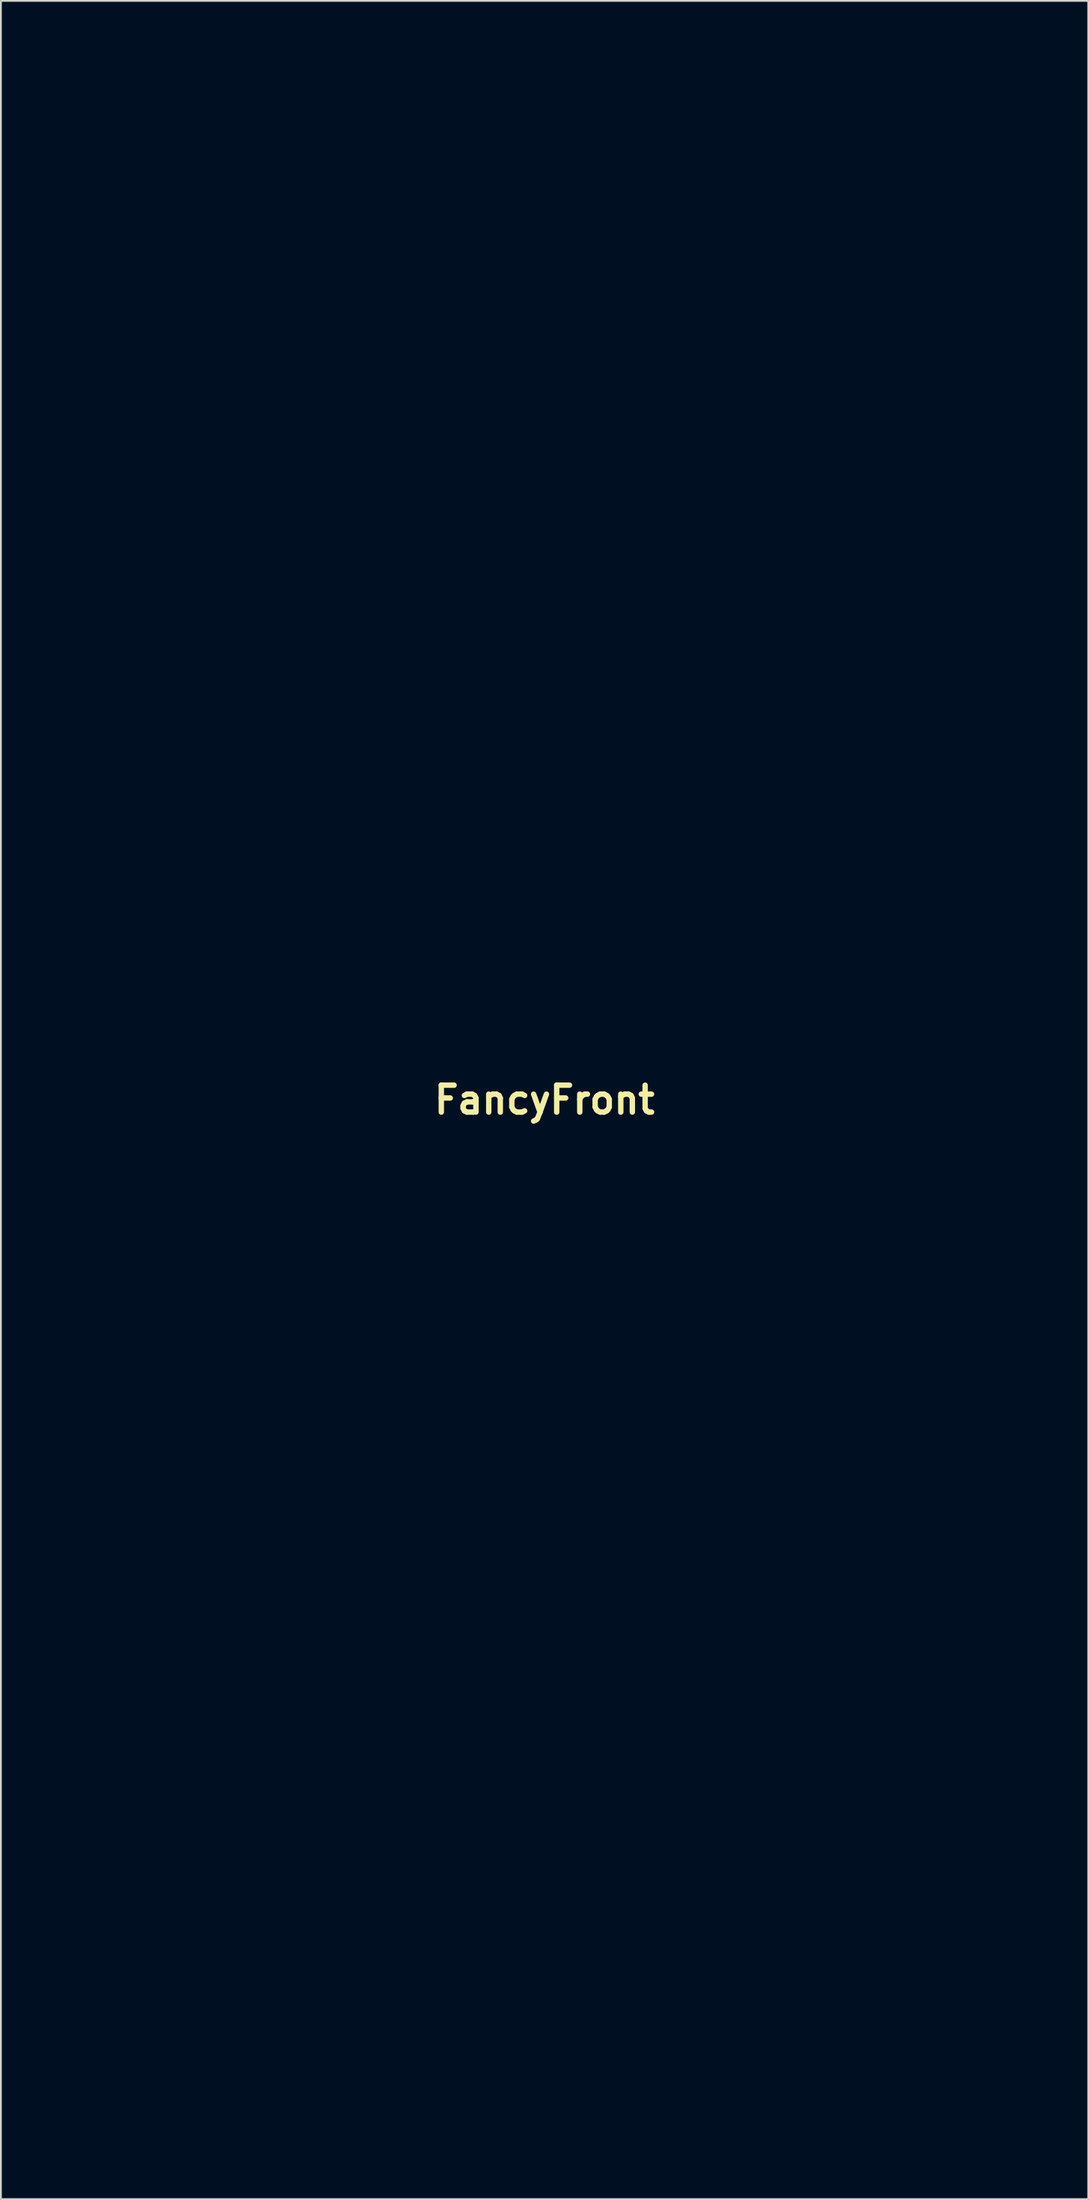
<source format=kicad_pcb>
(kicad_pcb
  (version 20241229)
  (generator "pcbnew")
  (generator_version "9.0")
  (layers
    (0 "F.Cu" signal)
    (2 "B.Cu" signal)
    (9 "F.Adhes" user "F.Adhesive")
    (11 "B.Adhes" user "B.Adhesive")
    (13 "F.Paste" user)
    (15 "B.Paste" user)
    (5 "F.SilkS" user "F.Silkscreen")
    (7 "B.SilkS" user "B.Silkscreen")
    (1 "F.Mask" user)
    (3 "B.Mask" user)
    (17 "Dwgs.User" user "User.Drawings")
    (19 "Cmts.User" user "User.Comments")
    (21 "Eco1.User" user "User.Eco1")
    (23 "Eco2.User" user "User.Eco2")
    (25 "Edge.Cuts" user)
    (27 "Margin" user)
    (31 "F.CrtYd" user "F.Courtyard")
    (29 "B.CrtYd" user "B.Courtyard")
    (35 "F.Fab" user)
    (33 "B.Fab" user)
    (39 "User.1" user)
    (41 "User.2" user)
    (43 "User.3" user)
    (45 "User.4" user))
  (footprint "FancyFront"
    (layer "F.Cu")
    (at 27.291 58.231)
    (property "Reference" "FancyFront" (at 0 0 0) (layer "F.SilkS") (effects (font (size 1.5 1.5) (thickness 0.3))))
    (attr board_only exclude_from_pos_files exclude_from_bom)
    (fp_poly (pts (xy -23.914 32.628) (xy -23.981 32.696) (xy -24.049 32.628) (xy -23.981 32.561)) (stroke (width 0) (type solid)) (fill yes) (layer "F.Mask"))
    (fp_poly (pts (xy -4.459 6.553) (xy -4.526 6.62) (xy -4.594 6.553) (xy -4.526 6.485)) (stroke (width 0) (type solid)) (fill yes) (layer "F.Mask"))
    (fp_poly (pts (xy 9.187 -55.056) (xy 9.12 -54.988) (xy 9.052 -55.056) (xy 9.12 -55.123)) (stroke (width 0) (type solid)) (fill yes) (layer "F.Mask"))
    (fp_poly (pts (xy -3.958 3.075) (xy -3.936 3.427) (xy -3.96 3.616) (xy -3.997 3.647) (xy -4.017 3.453) (xy -4.019 3.31) (xy -4.006 3.048) (xy -3.975 3.009)) (stroke (width 0) (type solid)) (fill yes) (layer "F.Mask"))
    (fp_poly (pts (xy -3.956 -0.505) (xy -3.934 -0.105) (xy -3.958 0.171) (xy -3.99 0.225) (xy -4.01 0.048) (xy -4.015 -0.203) (xy -4.004 -0.509) (xy -3.98 -0.599)) (stroke (width 0) (type solid)) (fill yes) (layer "F.Mask"))
    (fp_poly (pts (xy 4.785 6.295) (xy 5.096 6.426) (xy 5.172 6.472) (xy 5.402 6.651) (xy 5.405 6.733) (xy 5.209 6.709) (xy 4.841 6.574) (xy 4.812 6.561) (xy 4.566 6.411) (xy 4.573 6.295) (xy 4.579 6.291)) (stroke (width 0) (type solid)) (fill yes) (layer "F.Mask"))
    (fp_poly (pts (xy -3.676 6.066) (xy -3.618 6.096) (xy -3.426 6.228) (xy -3.472 6.309) (xy -3.513 6.323) (xy -3.812 6.441) (xy -3.944 6.504) (xy -4.181 6.543) (xy -4.256 6.484) (xy -4.241 6.293) (xy -4.133 6.14) (xy -3.924 6.006)) (stroke (width 0) (type solid)) (fill yes) (layer "F.Mask"))
    (fp_poly (pts (xy -3.04 -4.027) (xy -2.851 -3.975) (xy -2.837 -3.949) (xy -2.96 -3.66) (xy -3.282 -3.404) (xy -3.702 -3.246) (xy -4.022 -3.189) (xy -4.113 -3.219) (xy -4.07 -3.28) (xy -3.944 -3.533) (xy -3.918 -3.716) (xy -3.872 -3.905) (xy -3.686 -3.998) (xy -3.378 -4.032)) (stroke (width 0) (type solid)) (fill yes) (layer "F.Mask"))
    (fp_poly (pts (xy -0.933 0.236) (xy -0.686 0.384) (xy -0.574 0.405) (xy -0.376 0.494) (xy -0.08 0.717) (xy 0.08 0.864) (xy 0.552 1.322) (xy 0.091 1.607) (xy -0.344 1.834) (xy -0.628 1.864) (xy -0.798 1.69) (xy -0.869 1.452) (xy -0.992 0.822) (xy -1.052 0.423) (xy -1.052 0.223) (xy -0.994 0.191)) (stroke (width 0) (type solid)) (fill yes) (layer "F.Mask"))
    (fp_poly (pts (xy -12.827 -2.338) (xy -12.766 -2.177) (xy -12.697 -1.859) (xy -12.632 -1.468) (xy -12.583 -1.088) (xy -12.562 -0.802) (xy -12.582 -0.694) (xy -12.583 -0.695) (xy -12.732 -0.745) (xy -13.032 -0.844) (xy -13.082 -0.861) (xy -13.382 -0.988) (xy -13.481 -1.152) (xy -13.457 -1.381) (xy -13.344 -1.738) (xy -13.173 -2.066) (xy -12.992 -2.294) (xy -12.847 -2.352)) (stroke (width 0) (type solid)) (fill yes) (layer "F.Mask"))
    (fp_poly (pts (xy 24.222 25.839) (xy 24.558 25.89) (xy 24.841 25.955) (xy 25.007 26.016) (xy 24.992 26.059) (xy 24.935 26.066) (xy 24.926 26.137) (xy 25.056 26.257) (xy 25.228 26.523) (xy 25.204 26.852) (xy 25.011 27.152) (xy 24.779 27.296) (xy 24.385 27.376) (xy 23.825 27.404) (xy 23.196 27.377) (xy 22.81 27.331) (xy 22.485 27.179) (xy 22.307 26.87) (xy 22.24 26.438) (xy 22.39 26.125) (xy 22.767 25.923) (xy 23.38 25.825) (xy 23.897 25.815)) (stroke (width 0) (type solid)) (fill yes) (layer "F.Mask"))
    (fp_poly (pts (xy 23.971 16.865) (xy 24.24 16.897) (xy 24.622 16.976) (xy 24.868 17.037) (xy 24.916 17.057) (xy 24.982 17.186) (xy 25.101 17.4) (xy 25.204 17.677) (xy 25.194 17.84) (xy 25.027 17.9) (xy 24.661 17.942) (xy 24.167 17.964) (xy 23.613 17.967) (xy 23.072 17.953) (xy 22.612 17.92) (xy 22.305 17.869) (xy 22.22 17.826) (xy 22.231 17.627) (xy 22.347 17.443) (xy 22.487 17.234) (xy 22.49 17.131) (xy 22.519 17.039) (xy 22.75 16.957) (xy 23.115 16.894) (xy 23.544 16.861)) (stroke (width 0) (type solid)) (fill yes) (layer "F.Mask"))
    (fp_poly (pts (xy 24.182 19.601) (xy 24.902 19.617) (xy 25.378 19.644) (xy 25.62 19.682) (xy 25.643 19.732) (xy 25.636 19.736) (xy 25.514 19.856) (xy 25.441 20.078) (xy 25.407 20.46) (xy 25.4 20.948) (xy 25.4 22.022) (xy 23.379 22.022) (xy 21.357 22.022) (xy 21.203 21.449) (xy 21.036 20.943) (xy 20.826 20.443) (xy 20.792 20.373) (xy 20.631 20.026) (xy 20.542 19.774) (xy 20.536 19.731) (xy 20.67 19.676) (xy 21.071 19.635) (xy 21.733 19.608) (xy 22.654 19.595) (xy 23.205 19.595)) (stroke (width 0) (type solid)) (fill yes) (layer "F.Mask"))
    (fp_poly (pts (xy 3.338 17.183) (xy 4.64 17.643) (xy 5.929 18.338) (xy 7.161 19.233) (xy 8.295 20.294) (xy 9.287 21.487) (xy 9.9 22.428) (xy 10.519 23.633) (xy 10.952 24.824) (xy 11.219 26.075) (xy 11.338 27.462) (xy 11.349 28.102) (xy 11.276 29.644) (xy 11.047 31.016) (xy 10.648 32.275) (xy 10.063 33.482) (xy 9.984 33.62) (xy 9.7 34.113) (xy 9.477 34.516) (xy 9.345 34.776) (xy 9.322 34.839) (xy 9.232 34.964) (xy 8.984 35.238) (xy 8.618 35.62) (xy 8.169 36.073) (xy 8.14 36.101) (xy 6.792 37.272) (xy 5.365 38.187) (xy 3.847 38.856) (xy 3.062 39.098) (xy 2.452 39.249) (xy 1.921 39.35) (xy 1.385 39.409) (xy 0.756 39.435) (xy -0.05 39.437) (xy -0.113 39.436) (xy -0.943 39.422) (xy -1.586 39.386) (xy -2.126 39.32) (xy -2.646 39.212) (xy -3.191 39.065) (xy -4.784 38.468) (xy -6.26 37.646) (xy -7.593 36.624) (xy -8.761 35.424) (xy -9.74 34.07) (xy -10.507 32.586) (xy -10.995 31.164) (xy -11.287 29.61) (xy -11.373 27.972) (xy -11.254 26.341) (xy -10.995 25.04) (xy -10.445 23.473) (xy -10.027 22.698) (xy -5.134 22.698) (xy -5.134 28.033) (xy -5.134 33.368) (xy -0.169 33.405) (xy 0.964 33.414) (xy 2.012 33.425) (xy 2.944 33.435) (xy 3.729 33.446) (xy 4.336 33.456) (xy 4.736 33.466) (xy 4.897 33.474) (xy 4.898 33.474) (xy 4.92 33.351) (xy 4.94 32.986) (xy 4.958 32.408) (xy 4.974 31.644) (xy 4.986 30.724) (xy 4.995 29.675) (xy 4.999 28.527) (xy 4.999 28.102) (xy 4.999 22.698) (xy -0.068 22.698) (xy -5.134 22.698) (xy -10.027 22.698) (xy -9.652 22.003) (xy -8.608 20.617) (xy -7.999 19.962) (xy -7.544 19.509) (xy -7.156 19.137) (xy -6.874 18.881) (xy -6.74 18.78) (xy -6.737 18.78) (xy -6.589 18.715) (xy -6.263 18.542) (xy -5.815 18.289) (xy -5.5 18.105) (xy -4.87 17.768) (xy -4.213 17.469) (xy -3.637 17.258) (xy -3.494 17.218) (xy -3.011 17.097) (xy -2.608 16.994) (xy -2.398 16.938) (xy -2.305 16.931) (xy -2.24 16.999) (xy -2.198 17.182) (xy -2.174 17.519) (xy -2.164 18.049) (xy -2.162 18.771) (xy -2.162 20.671) (xy 0.068 20.671) (xy 2.297 20.671) (xy 2.297 18.794) (xy 2.297 16.916)) (stroke (width 0) (type solid)) (fill yes) (layer "F.Mask"))
    (fp_poly (pts (xy 0.313 7.704) (xy 0.948 7.729) (xy 1.517 7.769) (xy 1.964 7.822) (xy 2.233 7.887) (xy 2.242 7.891) (xy 2.606 8.018) (xy 3.097 8.13) (xy 3.378 8.174) (xy 4.516 8.38) (xy 5.791 8.721) (xy 7.122 9.166) (xy 8.432 9.688) (xy 9.639 10.258) (xy 10.446 10.71) (xy 12.489 12.105) (xy 14.315 13.661) (xy 15.923 15.376) (xy 17.312 17.248) (xy 18.481 19.277) (xy 19.429 21.462) (xy 19.634 22.041) (xy 19.949 23.102) (xy 20.223 24.285) (xy 20.449 25.531) (xy 20.618 26.78) (xy 20.724 27.972) (xy 20.759 29.047) (xy 20.714 29.947) (xy 20.681 30.196) (xy 20.574 30.851) (xy 20.458 31.559) (xy 20.382 32.02) (xy 19.872 34.294) (xy 19.113 36.466) (xy 18.109 38.529) (xy 16.862 40.476) (xy 15.376 42.301) (xy 14.606 43.105) (xy 13.085 44.502) (xy 11.543 45.677) (xy 9.912 46.674) (xy 8.124 47.537) (xy 7.161 47.928) (xy 5.356 48.502) (xy 3.406 48.904) (xy 1.38 49.129) (xy -0.652 49.169) (xy -2.622 49.019) (xy -3.378 48.904) (xy -5.487 48.438) (xy -7.44 47.802) (xy -9.282 46.974) (xy -11.06 45.933) (xy -12.819 44.657) (xy -13.578 44.032) (xy -14.077 43.589) (xy -14.599 43.097) (xy -15.105 42.594) (xy -15.557 42.12) (xy -15.917 41.716) (xy -16.148 41.421) (xy -16.213 41.287) (xy -16.288 41.149) (xy -16.486 40.857) (xy -16.766 40.472) (xy -16.796 40.432) (xy -17.937 38.696) (xy -18.896 36.786) (xy -19.659 34.742) (xy -20.208 32.604) (xy -20.402 31.48) (xy -20.488 30.989) (xy -20.581 30.616) (xy -20.665 30.43) (xy -20.677 30.421) (xy -20.739 30.272) (xy -20.782 29.911) (xy -20.807 29.398) (xy -20.815 28.792) (xy -20.806 28.151) (xy -20.804 28.102) (xy -17.941 28.102) (xy -17.936 29.155) (xy -17.896 30.134) (xy -17.821 30.97) (xy -17.776 31.281) (xy -17.602 32.177) (xy -17.389 33.072) (xy -17.161 33.884) (xy -16.937 34.53) (xy -16.886 34.655) (xy -16.045 36.432) (xy -15.16 37.988) (xy -14.194 39.375) (xy -13.108 40.641) (xy -11.868 41.837) (xy -11.146 42.45) (xy -9.827 43.397) (xy -8.314 44.255) (xy -6.68 44.991) (xy -4.995 45.572) (xy -3.513 45.933) (xy -2.433 46.087) (xy -1.189 46.176) (xy 0.127 46.201) (xy 1.426 46.16) (xy 2.614 46.055) (xy 3.31 45.947) (xy 5.37 45.42) (xy 7.355 44.654) (xy 9.235 43.667) (xy 10.981 42.477) (xy 12.562 41.103) (xy 13.948 39.562) (xy 13.992 39.507) (xy 15.127 37.881) (xy 16.107 36.12) (xy 16.888 34.307) (xy 17.181 33.439) (xy 17.481 32.199) (xy 17.691 30.782) (xy 17.808 29.265) (xy 17.827 27.728) (xy 17.745 26.248) (xy 17.574 24.987) (xy 17.051 22.858) (xy 16.286 20.85) (xy 15.281 18.963) (xy 14.033 17.196) (xy 12.544 15.548) (xy 10.926 14.109) (xy 9.545 13.137) (xy 7.955 12.258) (xy 6.206 11.495) (xy 4.349 10.874) (xy 3.513 10.652) (xy 3.029 10.575) (xy 2.333 10.519) (xy 1.482 10.483) (xy 0.535 10.466) (xy -0.452 10.47) (xy -1.421 10.492) (xy -2.315 10.534) (xy -3.076 10.594) (xy -3.647 10.671) (xy -3.783 10.701) (xy -4.964 11.016) (xy -5.967 11.334) (xy -6.884 11.686) (xy -7.588 12.001) (xy -9.558 13.071) (xy -11.347 14.339) (xy -12.947 15.796) (xy -14.352 17.434) (xy -15.556 19.245) (xy -16.551 21.221) (xy -17.331 23.353) (xy -17.65 24.522) (xy -17.767 25.185) (xy -17.856 26.048) (xy -17.914 27.044) (xy -17.941 28.102) (xy -20.804 28.102) (xy -20.782 27.534) (xy -20.743 27) (xy -20.69 26.607) (xy -20.624 26.415) (xy -20.624 26.414) (xy -20.513 26.188) (xy -20.412 25.788) (xy -20.355 25.401) (xy -20.091 23.854) (xy -19.625 22.214) (xy -18.981 20.535) (xy -18.18 18.874) (xy -17.248 17.287) (xy -16.471 16.171) (xy -14.947 14.36) (xy -13.252 12.756) (xy -11.397 11.366) (xy -9.393 10.195) (xy -7.248 9.249) (xy -4.973 8.535) (xy -2.871 8.102) (xy -2.397 8.012) (xy -2.05 7.916) (xy -1.894 7.833) (xy -1.891 7.824) (xy -1.766 7.764) (xy -1.427 7.723) (xy -0.93 7.7) (xy -0.332 7.694)) (stroke (width 0) (type solid)) (fill yes) (layer "F.Mask"))
    (fp_poly (pts (xy -24.826 26.917) (xy -22.36 26.954) (xy -22.322 28.815) (xy -22.303 29.574) (xy -22.277 30.111) (xy -22.236 30.474) (xy -22.174 30.711) (xy -22.084 30.87) (xy -22.019 30.943) (xy -21.816 31.262) (xy -21.752 31.539) (xy -21.716 31.887) (xy -21.613 32.464) (xy -21.449 33.238) (xy -21.229 34.178) (xy -21.196 34.317) (xy -21.027 34.9) (xy -20.78 35.611) (xy -20.477 36.399) (xy -20.139 37.213) (xy -19.79 38.002) (xy -19.451 38.717) (xy -19.144 39.306) (xy -18.891 39.719) (xy -18.78 39.856) (xy -18.672 39.996) (xy -18.462 40.289) (xy -18.245 40.599) (xy -17.98 40.965) (xy -17.768 41.228) (xy -17.671 41.32) (xy -17.565 41.475) (xy -17.564 41.497) (xy -17.473 41.7) (xy -17.221 42.052) (xy -16.842 42.515) (xy -16.366 43.048) (xy -15.943 43.494) (xy -14.934 44.469) (xy -13.867 45.396) (xy -12.795 46.232) (xy -11.771 46.937) (xy -10.851 47.468) (xy -10.809 47.489) (xy -10.368 47.723) (xy -10 47.943) (xy -9.829 48.067) (xy -9.649 48.193) (xy -9.593 48.184) (xy -9.483 48.194) (xy -9.197 48.307) (xy -8.794 48.497) (xy -8.782 48.503) (xy -8.377 48.697) (xy -8.086 48.817) (xy -7.971 48.836) (xy -7.971 48.835) (xy -7.87 48.839) (xy -7.623 48.951) (xy -7.6 48.964) (xy -7.235 49.122) (xy -6.673 49.312) (xy -5.98 49.514) (xy -5.224 49.709) (xy -4.661 49.838) (xy -4.1 49.958) (xy -3.516 50.085) (xy -3.352 50.121) (xy -2.828 50.208) (xy -2.299 50.256) (xy -2.169 50.26) (xy -1.791 50.292) (xy -1.633 50.4) (xy -1.621 50.462) (xy -1.568 50.569) (xy -1.376 50.632) (xy -0.997 50.66) (xy -0.608 50.665) (xy 0.405 50.665) (xy 0.405 54.448) (xy 0.405 58.231) (xy -0.884 58.231) (xy -2.174 58.231) (xy -2.134 55.866) (xy -2.094 53.502) (xy -9.018 53.502) (xy -15.943 53.502) (xy -15.943 55.866) (xy -15.943 58.231) (xy -18.924 58.231) (xy -21.906 58.231) (xy -21.623 57.834) (xy -21.187 57.002) (xy -20.972 56.082) (xy -20.974 55.133) (xy -21.191 54.215) (xy -21.621 53.388) (xy -21.812 53.142) (xy -22.197 52.772) (xy -22.691 52.401) (xy -22.987 52.219) (xy -23.485 51.981) (xy -23.945 51.859) (xy -24.51 51.819) (xy -24.615 51.818) (xy -25.105 51.799) (xy -25.367 51.749) (xy -25.392 51.685) (xy -25.297 51.442) (xy -25.269 51.047) (xy -25.306 50.607) (xy -25.407 50.232) (xy -25.415 50.213) (xy -25.738 49.817) (xy -26.26 49.588) (xy -26.751 49.532) (xy -27.291 49.526) (xy -27.291 46.769) (xy -27.288 45.814) (xy -27.278 45.102) (xy -27.258 44.607) (xy -27.227 44.3) (xy -27.184 44.155) (xy -27.126 44.145) (xy -27.123 44.147) (xy -26.906 44.227) (xy -26.511 44.299) (xy -26.083 44.343) (xy -25.601 44.4) (xy -25.271 44.485) (xy -25.159 44.564) (xy -24.923 44.891) (xy -24.531 45.085) (xy -24.075 45.126) (xy -23.648 44.989) (xy -23.589 44.949) (xy -23.462 44.815) (xy -23.401 44.606) (xy -23.396 44.252) (xy -23.424 43.835) (xy -23.455 43.262) (xy -23.473 42.545) (xy -23.475 41.806) (xy -23.471 41.545) (xy -23.459 40.725) (xy -23.455 39.828) (xy -23.46 38.903) (xy -23.472 38) (xy -23.49 37.167) (xy -23.513 36.453) (xy -23.542 35.908) (xy -23.573 35.581) (xy -23.576 35.567) (xy -23.642 35.3) (xy -23.768 35.171) (xy -24.034 35.13) (xy -24.291 35.126) (xy -24.903 35.1) (xy -25.287 35.016) (xy -25.485 34.858) (xy -25.535 34.639) (xy -25.525 34.495) (xy -25.464 34.401) (xy -25.303 34.348) (xy -24.992 34.324) (xy -24.484 34.317) (xy -24.144 34.317) (xy -23.392 34.3) (xy -22.875 34.25) (xy -22.606 34.169) (xy -22.59 34.155) (xy -22.468 33.901) (xy -22.427 33.539) (xy -22.462 33.177) (xy -22.571 32.924) (xy -22.634 32.878) (xy -22.761 32.746) (xy -22.717 32.646) (xy -22.618 32.423) (xy -22.523 32.054) (xy -22.5 31.928) (xy -22.504 31.275) (xy -22.707 30.667) (xy -23.074 30.179) (xy -23.409 29.95) (xy -23.813 29.828) (xy -24.366 29.75) (xy -24.989 29.715) (xy -25.605 29.726) (xy -26.133 29.783) (xy -26.496 29.885) (xy -26.556 29.922) (xy -26.859 30.082) (xy -27.055 30.124) (xy -27.155 30.102) (xy -27.223 30) (xy -27.263 29.775) (xy -27.284 29.383) (xy -27.291 28.781) (xy -27.291 28.504) (xy -27.291 26.88)) (stroke (width 0) (type solid)) (fill yes) (layer "F.Mask"))
    (fp_poly (pts (xy 21.78 -57.792) (xy 21.395 -56.958) (xy 21.2 -56.086) (xy 21.187 -55.89) (xy 21.156 -55.578) (xy 21.081 -55.494) (xy 20.986 -55.548) (xy 20.658 -55.663) (xy 20.215 -55.627) (xy 19.748 -55.462) (xy 19.347 -55.19) (xy 19.275 -55.116) (xy 19.025 -54.785) (xy 18.936 -54.465) (xy 18.95 -54.099) (xy 19.121 -53.518) (xy 19.497 -53.112) (xy 20.065 -52.89) (xy 20.531 -52.887) (xy 20.993 -53.029) (xy 21.373 -53.273) (xy 21.594 -53.578) (xy 21.621 -53.72) (xy 21.638 -53.895) (xy 21.713 -53.822) (xy 21.762 -53.741) (xy 22.26 -53.12) (xy 22.956 -52.587) (xy 23.373 -52.364) (xy 24.297 -52.067) (xy 25.271 -52.018) (xy 26.316 -52.217) (xy 27.055 -52.485) (xy 27.19 -52.512) (xy 27.261 -52.41) (xy 27.288 -52.125) (xy 27.291 -51.828) (xy 27.291 -51.07) (xy 0 -51.07) (xy -27.291 -51.07) (xy -27.291 -51.948) (xy -27.273 -52.396) (xy -27.226 -52.712) (xy -27.162 -52.827) (xy -26.979 -52.756) (xy -26.673 -52.579) (xy -26.546 -52.496) (xy -25.929 -52.211) (xy -25.164 -52.054) (xy -24.343 -52.03) (xy -23.557 -52.141) (xy -22.966 -52.355) (xy -22.508 -52.665) (xy -22.027 -53.105) (xy -21.597 -53.597) (xy -21.39 -53.912) (xy -17.544 -53.912) (xy -17.383 -53.529) (xy -17.34 -53.479) (xy -17.201 -53.367) (xy -16.992 -53.294) (xy -16.657 -53.253) (xy -16.144 -53.235) (xy -15.661 -53.232) (xy -14.928 -53.244) (xy -14.428 -53.283) (xy -14.128 -53.352) (xy -14.019 -53.418) (xy -13.838 -53.536) (xy -13.634 -53.457) (xy -13.579 -53.418) (xy -13.295 -53.307) (xy -12.87 -53.24) (xy -12.661 -53.232) (xy -12.22 -53.259) (xy -11.905 -53.379) (xy -11.583 -53.647) (xy -11.518 -53.712) (xy -11.163 -54.019) (xy -10.863 -54.146) (xy -10.619 -54.151) (xy -10.305 -54.07) (xy -10.171 -53.865) (xy -10.154 -53.772) (xy -10.064 -53.443) (xy -9.968 -53.266) (xy -9.711 -53.132) (xy -9.33 -53.105) (xy -8.948 -53.18) (xy -8.72 -53.313) (xy -8.492 -53.45) (xy -8.332 -53.386) (xy -8.11 -53.315) (xy -7.7 -53.27) (xy -7.184 -53.25) (xy -6.644 -53.257) (xy -6.161 -53.289) (xy -5.817 -53.346) (xy -5.712 -53.392) (xy -5.6 -53.612) (xy -5.542 -53.973) (xy -5.539 -54.059) (xy -5.522 -54.399) (xy -5.43 -54.547) (xy -5.199 -54.582) (xy -5.125 -54.583) (xy -4.735 -54.629) (xy -4.45 -54.723) (xy -4.274 -54.787) (xy -4.202 -54.685) (xy -4.188 -54.403) (xy -4.096 -53.942) (xy -3.908 -53.588) (xy -3.72 -53.388) (xy -3.5 -53.281) (xy -3.161 -53.241) (xy -2.794 -53.237) (xy -2.29 -53.268) (xy -1.853 -53.344) (xy -1.636 -53.42) (xy -1.37 -53.527) (xy -1.173 -53.452) (xy -1.082 -53.368) (xy -0.943 -53.27) (xy -0.728 -53.203) (xy -0.386 -53.161) (xy 0.128 -53.14) (xy 0.863 -53.132) (xy 0.892 -53.131) (xy 1.557 -53.135) (xy 2.125 -53.149) (xy 2.542 -53.171) (xy 2.751 -53.198) (xy 2.761 -53.202) (xy 2.933 -53.226) (xy 3.326 -53.243) (xy 3.893 -53.251) (xy 4.585 -53.251) (xy 5.077 -53.245) (xy 6.046 -53.24) (xy 6.75 -53.257) (xy 7.188 -53.297) (xy 7.357 -53.357) (xy 7.531 -53.431) (xy 7.7 -53.367) (xy 8.173 -53.229) (xy 8.597 -53.301) (xy 8.912 -53.555) (xy 9.053 -53.959) (xy 9.055 -54.018) (xy 9.069 -54.208) (xy 9.123 -54.199) (xy 9.243 -53.971) (xy 9.319 -53.806) (xy 9.579 -53.232) (xy 10.572 -53.232) (xy 11.077 -53.251) (xy 11.481 -53.301) (xy 11.704 -53.372) (xy 11.713 -53.38) (xy 11.935 -53.456) (xy 12.124 -53.386) (xy 12.354 -53.327) (xy 12.781 -53.272) (xy 13.339 -53.222) (xy 13.965 -53.183) (xy 14.592 -53.156) (xy 15.156 -53.145) (xy 15.593 -53.154) (xy 15.838 -53.186) (xy 15.856 -53.195) (xy 16.071 -53.241) (xy 16.438 -53.253) (xy 16.586 -53.247) (xy 16.994 -53.26) (xy 17.307 -53.336) (xy 17.368 -53.373) (xy 17.536 -53.671) (xy 17.535 -54.08) (xy 17.371 -54.506) (xy 17.285 -54.631) (xy 17.106 -54.892) (xy 17.096 -55.081) (xy 17.217 -55.287) (xy 17.38 -55.685) (xy 17.421 -56.159) (xy 17.339 -56.592) (xy 17.204 -56.815) (xy 16.86 -56.982) (xy 16.596 -56.983) (xy 16.313 -56.98) (xy 16.216 -57.109) (xy 16.213 -57.162) (xy 16.166 -57.535) (xy 15.99 -57.739) (xy 15.629 -57.819) (xy 15.392 -57.826) (xy 14.882 -57.764) (xy 14.584 -57.562) (xy 14.463 -57.189) (xy 14.456 -57.035) (xy 14.429 -56.866) (xy 14.296 -56.827) (xy 13.984 -56.897) (xy 13.974 -56.9) (xy 13.377 -56.96) (xy 12.86 -56.876) (xy 12.424 -56.786) (xy 12.06 -56.741) (xy 11.957 -56.741) (xy 11.728 -56.753) (xy 11.286 -56.772) (xy 10.69 -56.795) (xy 9.995 -56.82) (xy 9.768 -56.828) (xy 7.849 -56.894) (xy 7.383 -57.36) (xy 7.13 -57.598) (xy 6.906 -57.737) (xy 6.627 -57.804) (xy 6.209 -57.824) (xy 5.9 -57.826) (xy 5.235 -57.794) (xy 4.797 -57.686) (xy 4.548 -57.484) (xy 4.452 -57.17) (xy 4.448 -57.107) (xy 4.42 -56.94) (xy 4.37 -57.015) (xy 4.191 -57.469) (xy 3.989 -57.716) (xy 3.697 -57.814) (xy 3.449 -57.826) (xy 2.947 -57.764) (xy 2.662 -57.566) (xy 2.567 -57.213) (xy 2.567 -57.191) (xy 2.552 -57.036) (xy 2.47 -56.944) (xy 2.267 -56.898) (xy 1.887 -56.882) (xy 1.486 -56.88) (xy 0.932 -56.889) (xy 0.599 -56.924) (xy 0.44 -56.993) (xy 0.405 -57.082) (xy 0.288 -57.383) (xy -0.001 -57.651) (xy -0.367 -57.81) (xy -0.51 -57.826) (xy -0.957 -57.734) (xy -1.305 -57.499) (xy -1.479 -57.176) (xy -1.486 -57.095) (xy -1.5 -56.937) (xy -1.579 -56.85) (xy -1.781 -56.819) (xy -2.163 -56.83) (xy -2.481 -56.849) (xy -3.078 -56.868) (xy -3.437 -56.831) (xy -3.578 -56.748) (xy -3.692 -56.74) (xy -3.857 -56.987) (xy -3.918 -57.117) (xy -4.137 -57.494) (xy -4.405 -57.685) (xy -4.595 -57.738) (xy -5.064 -57.8) (xy -5.611 -57.825) (xy -6.157 -57.815) (xy -6.624 -57.774) (xy -6.933 -57.702) (xy -6.999 -57.663) (xy -7.085 -57.433) (xy -7.141 -56.966) (xy -7.161 -56.294) (xy -7.161 -56.272) (xy -7.161 -55.043) (xy -7.602 -55.094) (xy -8.012 -55.265) (xy -8.285 -55.633) (xy -8.377 -56.102) (xy -8.468 -56.356) (xy -8.693 -56.661) (xy -8.748 -56.717) (xy -9.001 -57.04) (xy -9.14 -57.358) (xy -9.146 -57.4) (xy -9.301 -57.777) (xy -9.651 -58.023) (xy -10.022 -58.091) (xy -10.426 -57.999) (xy -10.731 -57.691) (xy -10.947 -57.207) (xy -11.108 -56.721) (xy -11.341 -57.104) (xy -11.62 -57.44) (xy -11.926 -57.675) (xy -12.31 -57.787) (xy -12.796 -57.81) (xy -13.288 -57.753) (xy -13.686 -57.625) (xy -13.864 -57.49) (xy -13.998 -57.344) (xy -14.142 -57.356) (xy -14.393 -57.535) (xy -14.4 -57.54) (xy -14.675 -57.705) (xy -15.022 -57.794) (xy -15.53 -57.825) (xy -15.68 -57.826) (xy -16.207 -57.811) (xy -16.559 -57.749) (xy -16.83 -57.616) (xy -17.013 -57.476) (xy -17.29 -57.169) (xy -17.425 -56.87) (xy -17.429 -56.826) (xy -17.307 -56.427) (xy -16.994 -56.107) (xy -16.568 -55.939) (xy -16.444 -55.928) (xy -16.01 -55.923) (xy -16.543 -55.452) (xy -17.128 -54.865) (xy -17.461 -54.355) (xy -17.544 -53.912) (xy -21.39 -53.912) (xy -21.291 -54.063) (xy -21.211 -54.248) (xy -21.08 -54.555) (xy -20.955 -54.713) (xy -20.935 -54.718) (xy -20.873 -54.819) (xy -20.901 -54.941) (xy -20.91 -55.052) (xy -20.77 -54.996) (xy -20.567 -54.855) (xy -20.068 -54.635) (xy -19.539 -54.64) (xy -19.045 -54.841) (xy -18.655 -55.213) (xy -18.434 -55.726) (xy -18.432 -55.74) (xy -18.442 -56.232) (xy -18.614 -56.727) (xy -18.901 -57.126) (xy -19.172 -57.307) (xy -19.582 -57.381) (xy -20.054 -57.351) (xy -20.478 -57.236) (xy -20.743 -57.054) (xy -20.849 -56.961) (xy -20.962 -57.021) (xy -21.12 -57.271) (xy -21.255 -57.532) (xy -21.606 -58.231) (xy 0.219 -58.231) (xy 22.044 -58.231)) (stroke (width 0) (type solid)) (fill yes) (layer "F.Mask"))
    (fp_poly (pts (xy 0.348 11.699) (xy 1.234 11.728) (xy 2.023 11.785) (xy 2.635 11.869) (xy 4.77 12.409) (xy 6.765 13.174) (xy 8.609 14.153) (xy 10.29 15.337) (xy 11.798 16.715) (xy 13.12 18.277) (xy 14.248 20.013) (xy 15.168 21.912) (xy 15.871 23.965) (xy 15.948 24.252) (xy 16.114 25.088) (xy 16.236 26.111) (xy 16.309 27.243) (xy 16.332 28.403) (xy 16.298 29.512) (xy 16.231 30.293) (xy 15.881 32.147) (xy 15.277 33.983) (xy 14.438 35.767) (xy 13.38 37.466) (xy 12.12 39.046) (xy 11.554 39.647) (xy 10.105 40.938) (xy 8.495 42.062) (xy 6.77 42.995) (xy 4.973 43.714) (xy 3.15 44.197) (xy 2.497 44.308) (xy 2.01 44.357) (xy 1.345 44.393) (xy 0.574 44.417) (xy -0.23 44.428) (xy -0.993 44.424) (xy -1.644 44.405) (xy -2.11 44.37) (xy -2.162 44.362) (xy -4.254 43.92) (xy -6.238 43.245) (xy -8.097 42.348) (xy -9.814 41.241) (xy -11.37 39.937) (xy -12.749 38.447) (xy -13.932 36.784) (xy -14.357 36.054) (xy -15.187 34.303) (xy -15.815 32.472) (xy -16.235 30.603) (xy -16.436 28.744) (xy -16.412 26.937) (xy -16.365 26.548) (xy -14.457 26.548) (xy -14.457 28.063) (xy -14.456 29.579) (xy -13.139 29.617) (xy -11.822 29.656) (xy -13.072 29.991) (xy -13.679 30.159) (xy -14.062 30.302) (xy -14.256 30.471) (xy -14.299 30.714) (xy -14.226 31.079) (xy -14.128 31.421) (xy -13.977 31.955) (xy -13.829 32.498) (xy -13.785 32.662) (xy -13.681 32.98) (xy -13.535 33.165) (xy -13.299 33.229) (xy -12.922 33.179) (xy -12.355 33.025) (xy -12.16 32.966) (xy -11.597 32.8) (xy -11.278 32.727) (xy -11.203 32.751) (xy -11.37 32.881) (xy -11.78 33.122) (xy -12.126 33.314) (xy -12.609 33.594) (xy -12.987 33.838) (xy -13.206 34.012) (xy -13.24 34.065) (xy -13.175 34.247) (xy -13.001 34.585) (xy -12.756 35.021) (xy -12.474 35.495) (xy -12.191 35.949) (xy -11.943 36.323) (xy -11.766 36.559) (xy -11.704 36.611) (xy -11.542 36.546) (xy -11.21 36.372) (xy -10.767 36.12) (xy -10.555 35.994) (xy -9.525 35.374) (xy -10.438 36.303) (xy -11.351 37.231) (xy -10.239 38.342) (xy -9.127 39.452) (xy -8.202 38.54) (xy -7.277 37.627) (xy -7.902 38.691) (xy -8.25 39.336) (xy -8.421 39.785) (xy -8.417 40.046) (xy -8.251 40.127) (xy -8.081 40.193) (xy -7.743 40.369) (xy -7.3 40.623) (xy -7.115 40.735) (xy -6.646 41.01) (xy -6.257 41.22) (xy -6.012 41.332) (xy -5.969 41.343) (xy -5.846 41.232) (xy -5.633 40.934) (xy -5.367 40.501) (xy -5.212 40.228) (xy -4.904 39.679) (xy -4.71 39.372) (xy -4.626 39.307) (xy -4.644 39.485) (xy -4.758 39.907) (xy -4.864 40.262) (xy -5.044 40.89) (xy -5.124 41.314) (xy -5.092 41.584) (xy -4.941 41.749) (xy -4.66 41.86) (xy -4.56 41.887) (xy -4.063 42.021) (xy -3.503 42.178) (xy -3.319 42.23) (xy -2.843 42.362) (xy -2.523 42.402) (xy -2.309 42.314) (xy -2.154 42.063) (xy -2.007 41.612) (xy -1.889 41.174) (xy -1.554 39.924) (xy -1.515 41.241) (xy -1.476 42.559) (xy 0 42.559) (xy 1.476 42.559) (xy 1.515 41.241) (xy 1.554 39.924) (xy 1.889 41.174) (xy 2.056 41.781) (xy 2.2 42.164) (xy 2.369 42.358) (xy 2.612 42.401) (xy 2.977 42.328) (xy 3.319 42.23) (xy 3.853 42.079) (xy 4.396 41.931) (xy 4.56 41.887) (xy 4.877 41.783) (xy 5.063 41.637) (xy 5.126 41.401) (xy 5.077 41.024) (xy 4.923 40.457) (xy 4.864 40.262) (xy 4.698 39.699) (xy 4.625 39.38) (xy 4.649 39.305) (xy 4.779 39.472) (xy 5.02 39.882) (xy 5.212 40.228) (xy 5.491 40.711) (xy 5.734 41.089) (xy 5.906 41.308) (xy 5.957 41.343) (xy 6.132 41.278) (xy 6.466 41.108) (xy 6.899 40.866) (xy 7.374 40.589) (xy 7.83 40.311) (xy 8.21 40.067) (xy 8.453 39.892) (xy 8.512 39.828) (xy 8.447 39.675) (xy 8.275 39.348) (xy 8.027 38.906) (xy 7.894 38.678) (xy 7.277 37.627) (xy 8.201 38.539) (xy 9.126 39.451) (xy 10.237 38.334) (xy 11.347 37.218) (xy 10.436 36.297) (xy 9.525 35.376) (xy 10.583 35.995) (xy 11.062 36.268) (xy 11.453 36.48) (xy 11.698 36.599) (xy 11.746 36.614) (xy 11.848 36.505) (xy 12.043 36.217) (xy 12.297 35.809) (xy 12.574 35.341) (xy 12.842 34.871) (xy 13.064 34.459) (xy 13.207 34.164) (xy 13.24 34.058) (xy 13.131 33.943) (xy 12.839 33.736) (xy 12.418 33.474) (xy 12.228 33.363) (xy 11.778 33.1) (xy 11.439 32.892) (xy 11.262 32.771) (xy 11.249 32.754) (xy 11.385 32.772) (xy 11.72 32.845) (xy 12.191 32.96) (xy 12.388 33.01) (xy 12.901 33.132) (xy 13.308 33.208) (xy 13.544 33.227) (xy 13.575 33.217) (xy 13.646 33.055) (xy 13.762 32.701) (xy 13.903 32.227) (xy 14.048 31.704) (xy 14.18 31.201) (xy 14.276 30.792) (xy 14.319 30.545) (xy 14.32 30.531) (xy 14.223 30.399) (xy 13.914 30.249) (xy 13.371 30.074) (xy 13.072 29.991) (xy 11.822 29.656) (xy 13.139 29.617) (xy 14.456 29.579) (xy 14.456 28.102) (xy 14.456 26.626) (xy 13.139 26.587) (xy 11.822 26.548) (xy 13.072 26.213) (xy 13.735 26.016) (xy 14.155 25.845) (xy 14.319 25.706) (xy 14.321 25.691) (xy 14.289 25.507) (xy 14.204 25.14) (xy 14.085 24.656) (xy 13.948 24.125) (xy 13.811 23.613) (xy 13.693 23.19) (xy 13.611 22.924) (xy 13.587 22.868) (xy 13.453 22.888) (xy 13.122 22.97) (xy 12.652 23.099) (xy 12.424 23.165) (xy 11.911 23.307) (xy 11.508 23.407) (xy 11.275 23.451) (xy 11.243 23.448) (xy 11.332 23.367) (xy 11.607 23.19) (xy 12.018 22.95) (xy 12.219 22.838) (xy 12.68 22.569) (xy 13.033 22.335) (xy 13.222 22.173) (xy 13.24 22.138) (xy 13.176 21.967) (xy 13.006 21.635) (xy 12.765 21.203) (xy 12.488 20.73) (xy 12.211 20.274) (xy 11.968 19.895) (xy 11.794 19.652) (xy 11.732 19.594) (xy 11.581 19.655) (xy 11.259 19.822) (xy 10.829 20.06) (xy 10.706 20.131) (xy 10.259 20.383) (xy 9.908 20.573) (xy 9.713 20.667) (xy 9.695 20.671) (xy 9.752 20.585) (xy 9.965 20.354) (xy 10.296 20.019) (xy 10.491 19.827) (xy 11.36 18.982) (xy 10.24 17.862) (xy 9.12 16.741) (xy 8.275 17.611) (xy 7.904 17.987) (xy 7.616 18.267) (xy 7.453 18.412) (xy 7.431 18.421) (xy 7.491 18.284) (xy 7.653 17.968) (xy 7.886 17.534) (xy 7.987 17.348) (xy 8.233 16.886) (xy 8.411 16.523) (xy 8.493 16.315) (xy 8.494 16.289) (xy 8.322 16.17) (xy 7.986 15.966) (xy 7.548 15.711) (xy 7.069 15.439) (xy 6.61 15.186) (xy 6.235 14.986) (xy 6.003 14.874) (xy 5.963 14.862) (xy 5.841 14.972) (xy 5.632 15.267) (xy 5.373 15.691) (xy 5.269 15.875) (xy 5.011 16.332) (xy 4.804 16.682) (xy 4.679 16.87) (xy 4.66 16.888) (xy 4.672 16.769) (xy 4.742 16.452) (xy 4.855 15.999) (xy 4.994 15.473) (xy 5.144 14.937) (xy 5.21 14.712) (xy 5.193 14.603) (xy 5.045 14.496) (xy 4.732 14.374) (xy 4.214 14.221) (xy 3.786 14.107) (xy 2.297 13.72) (xy 2.297 12.872) (xy 2.297 12.024) (xy 0.068 12.024) (xy -2.162 12.024) (xy -2.162 12.869) (xy -2.163 13.713) (xy -3.142 13.95) (xy -3.905 14.136) (xy -4.443 14.277) (xy -4.796 14.388) (xy -5.003 14.486) (xy -5.101 14.587) (xy -5.132 14.706) (xy -5.133 14.767) (xy -5.094 15.047) (xy -4.993 15.485) (xy -4.867 15.936) (xy -4.739 16.379) (xy -4.658 16.706) (xy -4.642 16.846) (xy -4.642 16.847) (xy -4.722 16.756) (xy -4.9 16.481) (xy -5.146 16.073) (xy -5.261 15.874) (xy -5.534 15.418) (xy -5.765 15.068) (xy -5.918 14.88) (xy -5.949 14.862) (xy -6.094 14.924) (xy -6.411 15.089) (xy -6.838 15.321) (xy -7.316 15.587) (xy -7.781 15.851) (xy -8.174 16.081) (xy -8.432 16.241) (xy -8.495 16.288) (xy -8.455 16.419) (xy -8.307 16.73) (xy -8.075 17.167) (xy -7.914 17.457) (xy -7.282 18.577) (xy -8.204 17.665) (xy -9.126 16.754) (xy -10.237 17.87) (xy -11.347 18.987) (xy -10.504 19.849) (xy -9.66 20.711) (xy -10.471 20.266) (xy -10.919 20.017) (xy -11.297 19.803) (xy -11.512 19.677) (xy -11.724 19.586) (xy -11.801 19.596) (xy -11.922 19.769) (xy -12.129 20.107) (xy -12.387 20.547) (xy -12.66 21.028) (xy -12.915 21.488) (xy -13.116 21.866) (xy -13.228 22.1) (xy -13.24 22.141) (xy -13.129 22.261) (xy -12.832 22.471) (xy -12.399 22.735) (xy -12.126 22.89) (xy -11.577 23.199) (xy -11.27 23.392) (xy -11.205 23.476) (xy -11.383 23.458) (xy -11.805 23.345) (xy -12.16 23.238) (xy -12.788 23.058) (xy -13.212 22.979) (xy -13.482 23.01) (xy -13.647 23.161) (xy -13.758 23.442) (xy -13.785 23.542) (xy -13.919 24.039) (xy -14.075 24.599) (xy -14.128 24.783) (xy -14.26 25.259) (xy -14.3 25.579) (xy -14.212 25.793) (xy -13.961 25.948) (xy -13.51 26.095) (xy -13.072 26.213) (xy -12.513 26.368) (xy -12.193 26.472) (xy -12.086 26.538) (xy -12.166 26.577) (xy -12.286 26.593) (xy -12.678 26.61) (xy -13.204 26.607) (xy -13.603 26.593) (xy -14.457 26.548) (xy -16.365 26.548) (xy -16.29 25.931) (xy -15.96 24.25) (xy -15.546 22.765) (xy -15.025 21.408) (xy -14.412 20.177) (xy -13.294 18.433) (xy -11.964 16.846) (xy -10.444 15.436) (xy -8.753 14.223) (xy -7.271 13.397) (xy -6.58 13.068) (xy -5.953 12.799) (xy -5.324 12.567) (xy -4.63 12.353) (xy -3.804 12.133) (xy -2.783 11.885) (xy -2.702 11.867) (xy -2.16 11.782) (xy -1.422 11.726) (xy -0.562 11.699)) (stroke (width 0) (type solid)) (fill yes) (layer "F.Mask"))
    (fp_poly (pts (xy 27.259 -36.648) (xy 27.224 -28.575) (xy 20.84 -28.575) (xy 14.456 -28.575) (xy 14.456 -18.476) (xy 14.456 -8.377) (xy 20.87 -8.377) (xy 27.284 -8.377) (xy 27.289 20.739) (xy 27.295 49.854) (xy 26.652 49.857) (xy 26.096 49.923) (xy 25.715 50.094) (xy 25.466 50.409) (xy 25.287 50.844) (xy 25.212 51.286) (xy 25.27 51.621) (xy 25.376 51.837) (xy 25.399 51.906) (xy 25.276 51.929) (xy 24.955 51.946) (xy 24.555 51.954) (xy 23.655 52.09) (xy 22.815 52.457) (xy 22.08 53.02) (xy 21.498 53.739) (xy 21.116 54.579) (xy 21.066 54.762) (xy 20.967 55.582) (xy 21.026 56.45) (xy 21.229 57.256) (xy 21.407 57.647) (xy 21.737 58.238) (xy 19.752 58.201) (xy 17.766 58.163) (xy 17.73 55.698) (xy 17.693 53.232) (xy 11.954 53.232) (xy 6.215 53.232) (xy 6.215 55.731) (xy 6.215 58.231) (xy 4.931 58.231) (xy 3.648 58.231) (xy 3.648 54.133) (xy 3.648 50.036) (xy 4.56 49.871) (xy 6.609 49.371) (xy 8.659 48.625) (xy 10.666 47.653) (xy 12.59 46.475) (xy 14.254 45.222) (xy 14.665 44.863) (xy 15.137 44.425) (xy 15.629 43.947) (xy 16.101 43.471) (xy 16.514 43.037) (xy 16.827 42.685) (xy 17.001 42.457) (xy 17.023 42.402) (xy 17.135 42.304) (xy 17.249 42.288) (xy 17.399 42.249) (xy 17.389 42.203) (xy 17.418 42.061) (xy 17.585 41.785) (xy 17.753 41.562) (xy 18.654 40.303) (xy 18.914 39.856) (xy 22.563 39.856) (xy 22.563 43.099) (xy 22.563 46.341) (xy 24.724 46.341) (xy 26.886 46.341) (xy 26.886 43.099) (xy 26.886 39.856) (xy 24.724 39.856) (xy 22.563 39.856) (xy 18.914 39.856) (xy 19.515 38.825) (xy 20.31 37.18) (xy 21.012 35.417) (xy 21.137 35.06) (xy 21.343 34.486) (xy 21.497 34.128) (xy 21.627 33.942) (xy 21.758 33.885) (xy 21.822 33.889) (xy 22.067 33.915) (xy 22.509 33.949) (xy 23.077 33.984) (xy 23.463 34.006) (xy 24.434 34.022) (xy 25.185 33.951) (xy 25.758 33.778) (xy 26.192 33.492) (xy 26.528 33.079) (xy 26.567 33.014) (xy 26.869 32.309) (xy 27.011 31.548) (xy 26.995 30.8) (xy 26.821 30.134) (xy 26.492 29.62) (xy 26.482 29.61) (xy 26.281 29.424) (xy 26.086 29.31) (xy 25.826 29.252) (xy 25.432 29.233) (xy 24.889 29.236) (xy 24.198 29.257) (xy 23.732 29.324) (xy 23.448 29.474) (xy 23.3 29.744) (xy 23.245 30.171) (xy 23.238 30.608) (xy 23.27 31.26) (xy 23.38 31.685) (xy 23.591 31.925) (xy 23.924 32.016) (xy 24.049 32.02) (xy 24.491 31.911) (xy 24.778 31.616) (xy 24.86 31.267) (xy 24.909 31.018) (xy 24.999 30.939) (xy 25.174 31.05) (xy 25.228 31.332) (xy 25.147 31.708) (xy 25.133 31.742) (xy 24.863 32.065) (xy 24.404 32.282) (xy 23.821 32.374) (xy 23.181 32.322) (xy 23.12 32.309) (xy 22.764 32.221) (xy 22.544 32.151) (xy 22.514 32.134) (xy 22.321 31.787) (xy 22.222 31.491) (xy 22.213 31.166) (xy 22.29 30.732) (xy 22.426 30.201) (xy 22.736 29.048) (xy 24.116 29.048) (xy 24.922 29.033) (xy 25.514 28.975) (xy 25.942 28.856) (xy 26.262 28.658) (xy 26.526 28.363) (xy 26.65 28.179) (xy 26.846 27.834) (xy 26.959 27.505) (xy 27.01 27.096) (xy 27.021 26.544) (xy 27.01 25.98) (xy 26.963 25.6) (xy 26.86 25.318) (xy 26.682 25.049) (xy 26.678 25.043) (xy 26.439 24.754) (xy 26.196 24.544) (xy 25.901 24.398) (xy 25.505 24.302) (xy 24.96 24.241) (xy 24.215 24.2) (xy 23.791 24.184) (xy 23.022 24.154) (xy 22.483 24.122) (xy 22.133 24.082) (xy 21.93 24.028) (xy 21.835 23.954) (xy 21.81 23.88) (xy 21.817 23.797) (xy 21.888 23.735) (xy 22.058 23.693) (xy 22.363 23.666) (xy 22.839 23.651) (xy 23.521 23.645) (xy 24.259 23.644) (xy 25.137 23.642) (xy 25.783 23.635) (xy 26.236 23.618) (xy 26.534 23.587) (xy 26.716 23.538) (xy 26.821 23.468) (xy 26.887 23.372) (xy 26.887 23.371) (xy 26.947 23.119) (xy 26.99 22.646) (xy 27.012 22) (xy 27.013 21.354) (xy 27 20.627) (xy 26.978 20.132) (xy 26.941 19.835) (xy 26.885 19.697) (xy 26.806 19.681) (xy 26.805 19.682) (xy 26.64 19.675) (xy 26.616 19.619) (xy 26.724 19.459) (xy 26.819 19.406) (xy 26.923 19.303) (xy 26.987 19.061) (xy 27.016 18.63) (xy 27.021 18.203) (xy 26.94 17.189) (xy 26.697 16.381) (xy 26.295 15.784) (xy 25.833 15.449) (xy 25.419 15.32) (xy 24.824 15.232) (xy 24.119 15.185) (xy 23.376 15.178) (xy 22.666 15.213) (xy 22.06 15.289) (xy 21.629 15.405) (xy 21.547 15.446) (xy 21.127 15.777) (xy 20.804 16.219) (xy 20.566 16.807) (xy 20.4 17.58) (xy 20.291 18.573) (xy 20.268 18.915) (xy 20.212 18.898) (xy 20.071 18.679) (xy 19.874 18.299) (xy 19.795 18.135) (xy 19.535 17.607) (xy 19.275 17.123) (xy 19.068 16.779) (xy 19.048 16.75) (xy 18.881 16.491) (xy 18.828 16.354) (xy 18.837 16.348) (xy 18.825 16.261) (xy 18.722 16.111) (xy 18.159 15.409) (xy 17.752 14.894) (xy 17.483 14.545) (xy 17.335 14.341) (xy 17.294 14.262) (xy 17.285 14.227) (xy 17.241 14.162) (xy 17.134 14.037) (xy 16.939 13.824) (xy 16.627 13.493) (xy 16.172 13.013) (xy 15.807 12.629) (xy 15.167 12.01) (xy 14.371 11.324) (xy 13.478 10.616) (xy 12.548 9.929) (xy 11.639 9.307) (xy 10.811 8.794) (xy 10.201 8.469) (xy 9.589 8.183) (xy 9.036 7.93) (xy 8.6 7.735) (xy 8.338 7.625) (xy 8.309 7.615) (xy 8.121 7.552) (xy 7.755 7.427) (xy 7.288 7.268) (xy 7.263 7.26) (xy 6.352 6.949) (xy 6.773 6.58) (xy 7.12 6.286) (xy 7.349 6.166) (xy 7.547 6.218) (xy 7.799 6.439) (xy 7.906 6.546) (xy 8.398 6.916) (xy 8.868 7.035) (xy 9.292 6.901) (xy 9.52 6.691) (xy 9.796 6.456) (xy 10.176 6.351) (xy 10.403 6.335) (xy 10.888 6.354) (xy 11.399 6.433) (xy 11.851 6.552) (xy 12.158 6.691) (xy 12.229 6.759) (xy 12.405 6.843) (xy 12.74 6.888) (xy 12.843 6.89) (xy 13.315 6.805) (xy 13.691 6.583) (xy 13.897 6.275) (xy 13.916 6.145) (xy 14.028 5.945) (xy 14.301 5.714) (xy 14.644 5.515) (xy 14.964 5.409) (xy 15.026 5.405) (xy 15.287 5.281) (xy 15.469 4.953) (xy 15.537 4.484) (xy 15.583 4.102) (xy 15.698 3.64) (xy 15.74 3.513) (xy 15.896 2.915) (xy 15.933 2.392) (xy 15.847 2.013) (xy 15.78 1.919) (xy 15.492 1.789) (xy 15.069 1.766) (xy 14.624 1.844) (xy 14.318 1.983) (xy 13.985 2.247) (xy 13.649 2.565) (xy 13.646 2.569) (xy 13.353 2.835) (xy 13.092 3.005) (xy 13.072 3.013) (xy 12.898 3.022) (xy 12.839 2.837) (xy 12.836 2.732) (xy 12.914 2.425) (xy 13.179 2.143) (xy 13.341 2.027) (xy 13.733 1.731) (xy 14.074 1.42) (xy 14.137 1.351) (xy 14.439 1.002) (xy 14.695 0.709) (xy 14.947 0.49) (xy 15.155 0.405) (xy 15.459 0.286) (xy 15.637 -0.043) (xy 15.672 -0.348) (xy 15.733 -0.703) (xy 15.875 -0.946) (xy 16.019 -1.22) (xy 16.077 -1.705) (xy 16.078 -1.765) (xy 16.005 -2.317) (xy 15.785 -2.643) (xy 15.416 -2.745) (xy 15.089 -2.69) (xy 14.619 -2.663) (xy 14.015 -2.788) (xy 13.354 -3.046) (xy 13.208 -3.119) (xy 12.912 -3.206) (xy 12.522 -3.243) (xy 12.513 -3.243) (xy 12.175 -3.198) (xy 11.94 -3.019) (xy 11.773 -2.771) (xy 11.468 -2.381) (xy 11.092 -2.054) (xy 11.05 -2.028) (xy 10.76 -1.863) (xy 10.623 -1.841) (xy 10.565 -1.958) (xy 10.558 -1.993) (xy 10.378 -2.378) (xy 10.032 -2.553) (xy 9.853 -2.567) (xy 9.537 -2.626) (xy 9.363 -2.75) (xy 9.037 -3.063) (xy 8.581 -3.217) (xy 8.092 -3.206) (xy 7.665 -3.02) (xy 7.541 -2.905) (xy 7.22 -2.633) (xy 6.901 -2.602) (xy 6.528 -2.81) (xy 6.405 -2.913) (xy 6.059 -3.152) (xy 5.697 -3.212) (xy 5.495 -3.195) (xy 5.094 -3.102) (xy 4.783 -2.958) (xy 4.752 -2.934) (xy 4.447 -2.76) (xy 4.149 -2.67) (xy 3.786 -2.676) (xy 3.318 -2.768) (xy 2.863 -2.916) (xy 2.54 -3.087) (xy 2.506 -3.117) (xy 2.299 -3.196) (xy 1.94 -3.24) (xy 1.823 -3.243) (xy 1.407 -3.197) (xy 1.078 -3.021) (xy 0.837 -2.797) (xy 0.577 -2.497) (xy 0.423 -2.257) (xy 0.405 -2.194) (xy 0.292 -2.009) (xy 0.03 -1.841) (xy -0.266 -1.761) (xy -0.295 -1.76) (xy -0.357 -1.81) (xy -0.236 -1.902) (xy -0.055 -2.146) (xy -0.013 -2.513) (xy -0.116 -2.891) (xy -0.188 -3.006) (xy -0.454 -3.187) (xy -0.724 -3.243) (xy -0.978 -3.283) (xy -1.071 -3.459) (xy -1.081 -3.648) (xy -1.06 -3.908) (xy -0.944 -4.023) (xy -0.656 -4.053) (xy -0.54 -4.053) (xy 0 -4.053) (xy 0.000012 -15.503) (xy 0.000024 -26.954) (xy -11.552 -26.918) (xy -23.103 -26.883) (xy -23.103 -15.468) (xy -23.103 -4.053) (xy -18.645 -4.053) (xy -17.33 -4.05) (xy -16.27 -4.04) (xy -15.447 -4.022) (xy -14.844 -3.994) (xy -14.446 -3.956) (xy -14.236 -3.906) (xy -14.197 -3.843) (xy -14.314 -3.765) (xy -14.389 -3.734) (xy -14.568 -3.564) (xy -14.591 -3.468) (xy -14.67 -3.24) (xy -14.862 -2.936) (xy -14.889 -2.901) (xy -15.044 -2.654) (xy -15.143 -2.344) (xy -15.201 -1.899) (xy -15.231 -1.363) (xy -15.247 -0.788) (xy -15.231 -0.408) (xy -15.169 -0.15) (xy -15.048 0.061) (xy -14.937 0.2) (xy -14.694 0.444) (xy -14.424 0.57) (xy -14.022 0.621) (xy -13.865 0.628) (xy -13.364 0.616) (xy -13.035 0.523) (xy -12.848 0.389) (xy -12.646 0.213) (xy -12.575 0.233) (xy -12.569 0.434) (xy -12.654 0.792) (xy -12.772 1.005) (xy -12.929 1.376) (xy -12.959 1.821) (xy -12.86 2.212) (xy -12.768 2.345) (xy -12.594 2.627) (xy -12.576 2.903) (xy -12.709 3.082) (xy -12.824 3.107) (xy -13.159 3.173) (xy -13.614 3.339) (xy -14.083 3.557) (xy -14.458 3.781) (xy -14.591 3.893) (xy -14.973 4.389) (xy -15.184 4.883) (xy -15.263 5.486) (xy -15.267 5.728) (xy -15.232 6.445) (xy -15.108 6.974) (xy -14.869 7.392) (xy -14.554 7.718) (xy -14.097 8.005) (xy -13.639 8.101) (xy -13.238 8.02) (xy -12.951 7.772) (xy -12.835 7.371) (xy -12.835 7.347) (xy -12.902 7.021) (xy -13.069 6.614) (xy -13.139 6.484) (xy -13.328 6.06) (xy -13.31 5.808) (xy -13.086 5.728) (xy -12.656 5.82) (xy -12.022 6.084) (xy -11.598 6.297) (xy -11.273 6.434) (xy -11.041 6.485) (xy -10.792 6.581) (xy -10.673 6.688) (xy -10.408 6.83) (xy -9.962 6.89) (xy -9.911 6.89) (xy -9.588 6.872) (xy -9.328 6.791) (xy -9.055 6.604) (xy -8.696 6.27) (xy -8.573 6.147) (xy -8.047 5.673) (xy -7.651 5.435) (xy -7.5 5.404) (xy -7.226 5.347) (xy -7.043 5.154) (xy -6.943 4.792) (xy -6.914 4.228) (xy -6.942 3.528) (xy -6.97 2.928) (xy -6.965 2.568) (xy -6.928 2.459) (xy -6.898 2.499) (xy -6.846 2.742) (xy -6.803 3.185) (xy -6.774 3.761) (xy -6.765 4.235) (xy -6.738 5.069) (xy -6.66 5.681) (xy -6.516 6.116) (xy -6.292 6.421) (xy -5.996 6.629) (xy -5.869 6.713) (xy -5.865 6.791) (xy -6.021 6.886) (xy -6.37 7.021) (xy -6.836 7.18) (xy -7.371 7.353) (xy -7.823 7.486) (xy -8.119 7.558) (xy -8.18 7.566) (xy -8.356 7.626) (xy -8.377 7.674) (xy -8.493 7.777) (xy -8.791 7.923) (xy -9.054 8.026) (xy -9.485 8.215) (xy -10.07 8.515) (xy -10.741 8.889) (xy -11.429 9.295) (xy -12.066 9.695) (xy -12.583 10.048) (xy -12.696 10.133) (xy -13.872 11.059) (xy -14.859 11.89) (xy -15.703 12.671) (xy -16.444 13.449) (xy -17.128 14.268) (xy -17.798 15.173) (xy -18.465 16.162) (xy -19.239 17.421) (xy -19.864 18.615) (xy -20.395 19.858) (xy -20.817 21.048) (xy -21.035 21.701) (xy -21.229 22.272) (xy -21.381 22.706) (xy -21.472 22.948) (xy -21.481 22.968) (xy -21.553 23.038) (xy -21.717 23.091) (xy -22.006 23.132) (xy -22.451 23.162) (xy -23.085 23.184) (xy -23.941 23.2) (xy -24.435 23.207) (xy -27.291 23.244) (xy -27.291 20.674) (xy -27.291 18.104) (xy -24.319 18.104) (xy -21.347 18.104) (xy -21.347 16.28) (xy -21.347 14.456) (xy -24.319 14.456) (xy -27.291 14.456) (xy -27.291 12.768) (xy -27.291 11.079) (xy -22.901 11.079) (xy -18.51 11.079) (xy -18.51 4.526) (xy -18.51 -2.027) (xy -22.901 -2.027) (xy -27.291 -2.027) (xy -27.291 -23.373) (xy -27.291 -33.641) (xy -26.346 -33.641) (xy -26.346 -30.669) (xy -26.346 -27.697) (xy -22.63 -27.697) (xy -18.915 -27.697) (xy -18.915 -30.669) (xy -18.915 -31.48) (xy 14.997 -31.48) (xy 14.997 -30.264) (xy 14.997 -29.048) (xy 16.551 -29.048) (xy 18.104 -29.048) (xy 18.104 -30.264) (xy 18.104 -31.48) (xy 16.551 -31.48) (xy 14.997 -31.48) (xy -18.915 -31.48) (xy -18.915 -33.641) (xy -22.63 -33.641) (xy -26.346 -33.641) (xy -27.291 -33.641) (xy -27.291 -33.777) (xy 18.239 -33.777) (xy 18.239 -32.561) (xy 18.239 -31.345) (xy 19.793 -31.345) (xy 21.347 -31.345) (xy 21.347 -32.561) (xy 21.347 -33.777) (xy 19.793 -33.777) (xy 18.239 -33.777) (xy -27.291 -33.777) (xy -27.291 -36.344) (xy 15.132 -36.344) (xy 15.132 -35.128) (xy 15.132 -33.912) (xy 16.686 -33.912) (xy 18.239 -33.912) (xy 18.239 -35.128) (xy 18.239 -36.344) (xy 16.686 -36.344) (xy 15.132 -36.344) (xy -27.291 -36.344) (xy -27.291 -39.046) (xy 18.374 -39.046) (xy 18.374 -37.83) (xy 18.374 -36.614) (xy 19.928 -36.614) (xy 21.482 -36.614) (xy 21.482 -37.83) (xy 21.482 -39.046) (xy 19.928 -39.046) (xy 18.374 -39.046) (xy -27.291 -39.046) (xy -27.291 -44.72) (xy 0.001 -44.72) (xy 27.294 -44.72)) (stroke (width 0) (type solid)) (fill yes) (layer "F.Mask")))
  (gr_rect
    (start -3 -3)
    (end 57.587 119.469)
    (stroke (width 0.1) (type default))
    (fill no)
    (layer "Edge.Cuts")))
</source>
